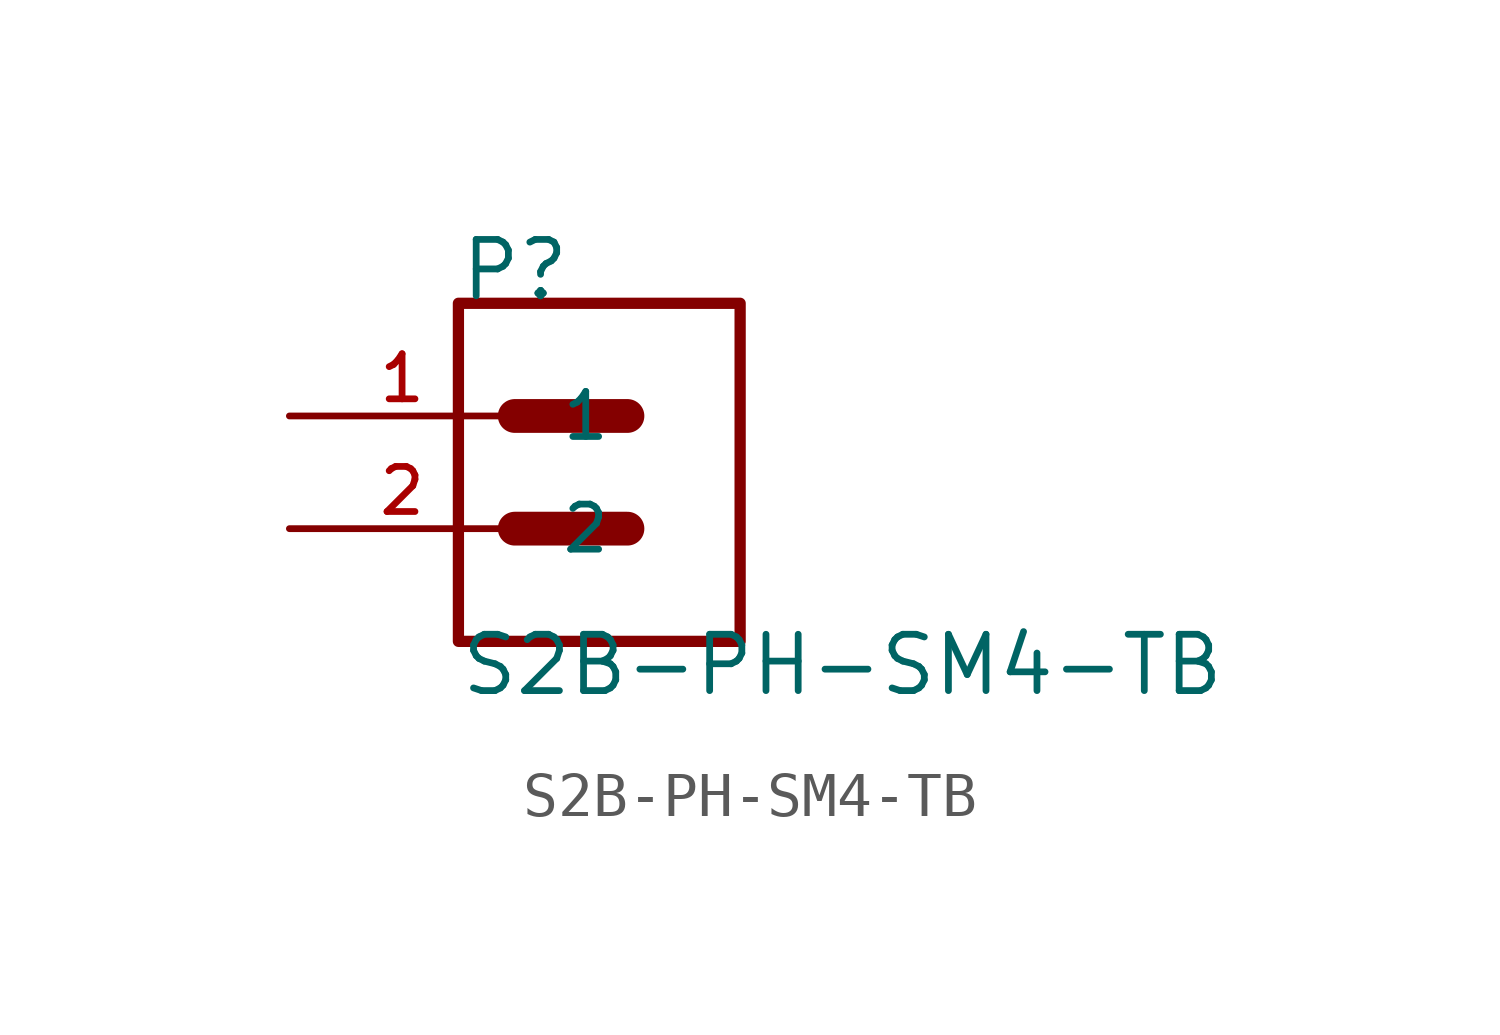
<source format=kicad_sym>
(kicad_symbol_lib
  (version 20231120)
  (generator "kicad_symbol_editor")
  (generator_version "8.0")
  (symbol "S2B-PH-SM4-TB"
    (pin_names
      (offset 1.016))
    (property "Reference" "P"
      (at -1.272 3.816 0)
      (effects (font (size 1.27 1.27)) (justify left bottom)))
    (property "Value" "S2B-PH-SM4-TB"
      (at -1.271 -5.084 0)
      (effects (font (size 1.27 1.27)) (justify left bottom)))
    (symbol "S2B-PH-SM4-TB_0_0"
      (rectangle (start -1.27 3.81) (end 5.08 -3.81) (stroke (width 0.254) (type default)) (fill (type none)))
      (polyline (pts (xy 0 -1.27) (xy 2.54 -1.27)) (stroke (width 0.762) (type default)) (fill (type none)))
      (polyline (pts (xy 0 1.27) (xy 2.54 1.27)) (stroke (width 0.762) (type default)) (fill (type none)))
      (pin passive line (at -5.08 1.27 0) (length 5.08) (name "1" (effects (font (size 1.016 1.016)))) (number "1" (effects (font (size 1.016 1.016)))))
      (pin passive line (at -5.08 -1.27 0) (length 5.08) (name "2" (effects (font (size 1.016 1.016)))) (number "2" (effects (font (size 1.016 1.016))))))))
</source>
